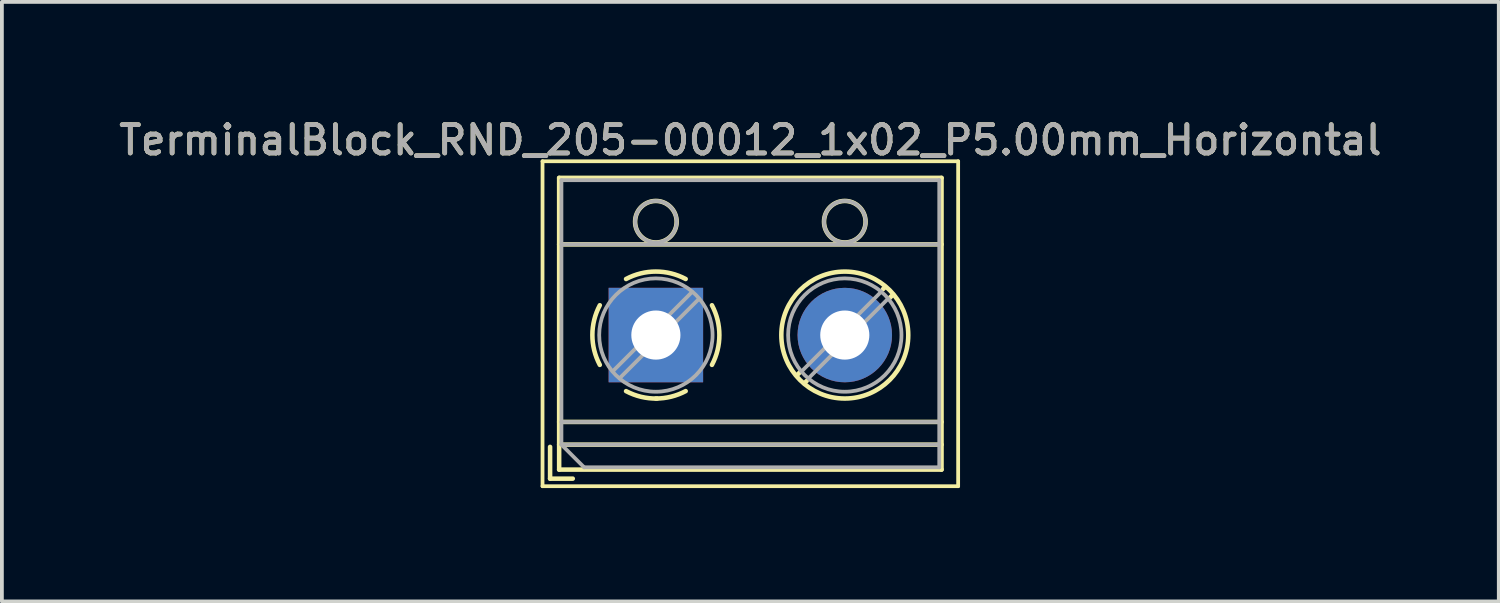
<source format=kicad_pcb>
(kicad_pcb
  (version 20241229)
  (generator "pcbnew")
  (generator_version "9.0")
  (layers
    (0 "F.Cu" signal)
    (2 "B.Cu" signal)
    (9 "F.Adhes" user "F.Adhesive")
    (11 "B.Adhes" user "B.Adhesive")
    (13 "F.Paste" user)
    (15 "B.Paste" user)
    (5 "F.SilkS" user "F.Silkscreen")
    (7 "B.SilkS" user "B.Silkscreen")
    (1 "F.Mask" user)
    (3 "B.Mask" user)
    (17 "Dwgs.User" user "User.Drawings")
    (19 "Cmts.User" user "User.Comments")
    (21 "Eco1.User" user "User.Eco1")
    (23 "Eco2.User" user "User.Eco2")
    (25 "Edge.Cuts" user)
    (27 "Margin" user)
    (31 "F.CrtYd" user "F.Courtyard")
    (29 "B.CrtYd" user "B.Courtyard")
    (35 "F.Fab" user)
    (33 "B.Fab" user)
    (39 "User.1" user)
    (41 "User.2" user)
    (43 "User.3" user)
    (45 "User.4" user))
  (footprint "TerminalBlock_RND_205-00012_1x02_P5.00mm_Horizontal"
    (layer "F.Cu")
    (at 14.309 5.818)
    (property "Reference" "TerminalBlock_RND_205-00012_1x02_P5.00mm_Horizontal" (at 2.5 -5.16 0) (layer "F.SilkS") (effects (font (size 0.75 0.75) (thickness 0.125))))
    (attr through_hole)
    (fp_line (start -3 -4.6) (end -3 4) (stroke (width 0.1) (type solid)) (layer "F.SilkS"))
    (fp_line (start -3 4) (end 8 4) (stroke (width 0.1) (type solid)) (layer "F.SilkS"))
    (fp_line (start -2.8 2.96) (end -2.8 3.8) (stroke (width 0.12) (type solid)) (layer "F.SilkS"))
    (fp_line (start -2.8 3.8) (end -2.2 3.8) (stroke (width 0.12) (type solid)) (layer "F.SilkS"))
    (fp_line (start -2.56 -4.16) (end -2.56 3.561) (stroke (width 0.12) (type solid)) (layer "F.SilkS"))
    (fp_line (start -2.56 -4.16) (end 7.56 -4.16) (stroke (width 0.12) (type solid)) (layer "F.SilkS"))
    (fp_line (start -2.56 -2.4) (end 7.56 -2.4) (stroke (width 0.12) (type solid)) (layer "F.SilkS"))
    (fp_line (start -2.56 2.3) (end 7.56 2.3) (stroke (width 0.12) (type solid)) (layer "F.SilkS"))
    (fp_line (start -2.56 2.9) (end 7.56 2.9) (stroke (width 0.12) (type solid)) (layer "F.SilkS"))
    (fp_line (start -2.56 3.561) (end 7.56 3.561) (stroke (width 0.12) (type solid)) (layer "F.SilkS"))
    (fp_line (start 3.82 0.976) (end 3.726 1.069) (stroke (width 0.12) (type solid)) (layer "F.SilkS"))
    (fp_line (start 3.99 1.216) (end 3.931 1.274) (stroke (width 0.12) (type solid)) (layer "F.SilkS"))
    (fp_line (start 6.07 -1.275) (end 6.011 -1.216) (stroke (width 0.12) (type solid)) (layer "F.SilkS"))
    (fp_line (start 6.275 -1.069) (end 6.181 -0.976) (stroke (width 0.12) (type solid)) (layer "F.SilkS"))
    (fp_line (start 7.56 -4.16) (end 7.56 3.561) (stroke (width 0.12) (type solid)) (layer "F.SilkS"))
    (fp_line (start 8 -4.6) (end -3 -4.6) (stroke (width 0.1) (type solid)) (layer "F.SilkS"))
    (fp_line (start 8 4) (end 8 -4.6) (stroke (width 0.1) (type solid)) (layer "F.SilkS"))
    (fp_arc (start -1.483953 0.789089) (mid -1.680708 0.00005) (end -1.484 -0.789) (stroke (width 0.12) (type solid)) (layer "F.SilkS"))
    (fp_arc (start -0.789089 -1.483953) (mid -0.00005 -1.680708) (end 0.789 -1.484) (stroke (width 0.12) (type solid)) (layer "F.SilkS"))
    (fp_arc (start 0.029383 1.68045) (mid -0.392304 1.634281) (end -0.789 1.484) (stroke (width 0.12) (type solid)) (layer "F.SilkS"))
    (fp_arc (start 0.788712 1.483352) (mid 0.406429 1.630097) (end 0 1.68) (stroke (width 0.12) (type solid)) (layer "F.SilkS"))
    (fp_arc (start 1.483953 -0.789089) (mid 1.680708 -0.00005) (end 1.484 0.789) (stroke (width 0.12) (type solid)) (layer "F.SilkS"))
    (fp_circle (center 0 -3) (end 0.55 -3) (stroke (width 0.12) (type solid)) (fill no) (layer "F.SilkS"))
    (fp_circle (center 5 -3) (end 5.55 -3) (stroke (width 0.12) (type solid)) (fill no) (layer "F.SilkS"))
    (fp_circle (center 5 0) (end 6.68 0) (stroke (width 0.12) (type solid)) (fill no) (layer "F.SilkS"))
    (fp_line (start -2.5 -4.1) (end 7.5 -4.1) (stroke (width 0.1) (type solid)) (layer "F.Fab"))
    (fp_line (start -2.5 -2.4) (end 7.5 -2.4) (stroke (width 0.1) (type solid)) (layer "F.Fab"))
    (fp_line (start -2.5 2.3) (end 7.5 2.3) (stroke (width 0.1) (type solid)) (layer "F.Fab"))
    (fp_line (start -2.5 2.9) (end -2.5 -4.1) (stroke (width 0.1) (type solid)) (layer "F.Fab"))
    (fp_line (start -2.5 2.9) (end 7.5 2.9) (stroke (width 0.1) (type solid)) (layer "F.Fab"))
    (fp_line (start -1.9 3.5) (end -2.5 2.9) (stroke (width 0.1) (type solid)) (layer "F.Fab"))
    (fp_line (start 0.955 -1.138) (end -1.138 0.955) (stroke (width 0.1) (type solid)) (layer "F.Fab"))
    (fp_line (start 1.138 -0.955) (end -0.955 1.138) (stroke (width 0.1) (type solid)) (layer "F.Fab"))
    (fp_line (start 5.955 -1.138) (end 3.863 0.955) (stroke (width 0.1) (type solid)) (layer "F.Fab"))
    (fp_line (start 6.138 -0.955) (end 4.046 1.138) (stroke (width 0.1) (type solid)) (layer "F.Fab"))
    (fp_line (start 7.5 -4.1) (end 7.5 3.5) (stroke (width 0.1) (type solid)) (layer "F.Fab"))
    (fp_line (start 7.5 3.5) (end -1.9 3.5) (stroke (width 0.1) (type solid)) (layer "F.Fab"))
    (fp_circle (center 0 -3) (end 0.55 -3) (stroke (width 0.1) (type solid)) (fill no) (layer "F.Fab"))
    (fp_circle (center 0 0) (end 1.5 0) (stroke (width 0.1) (type solid)) (fill no) (layer "F.Fab"))
    (fp_circle (center 5 -3) (end 5.55 -3) (stroke (width 0.1) (type solid)) (fill no) (layer "F.Fab"))
    (fp_circle (center 5 0) (end 6.5 0) (stroke (width 0.1) (type solid)) (fill no) (layer "F.Fab"))
    (fp_text user "${REFERENCE}" (at 2.5 -5.16 0) (layer "F.Fab") (effects (font (size 0.75 0.75) (thickness 0.125))))
    (pad "1" thru_hole rect (at 0 0) (size 2.5 2.5) (drill 1.3) (layers "*.Cu" "*.Mask"))
    (pad "2" thru_hole circle (at 5 0) (size 2.5 2.5) (drill 1.3) (layers "*.Cu" "*.Mask")))
  (gr_rect
    (start -3 -3)
    (end 36.618 12.868)
    (stroke (width 0.1) (type default))
    (fill no)
    (layer "Edge.Cuts")))
</source>
